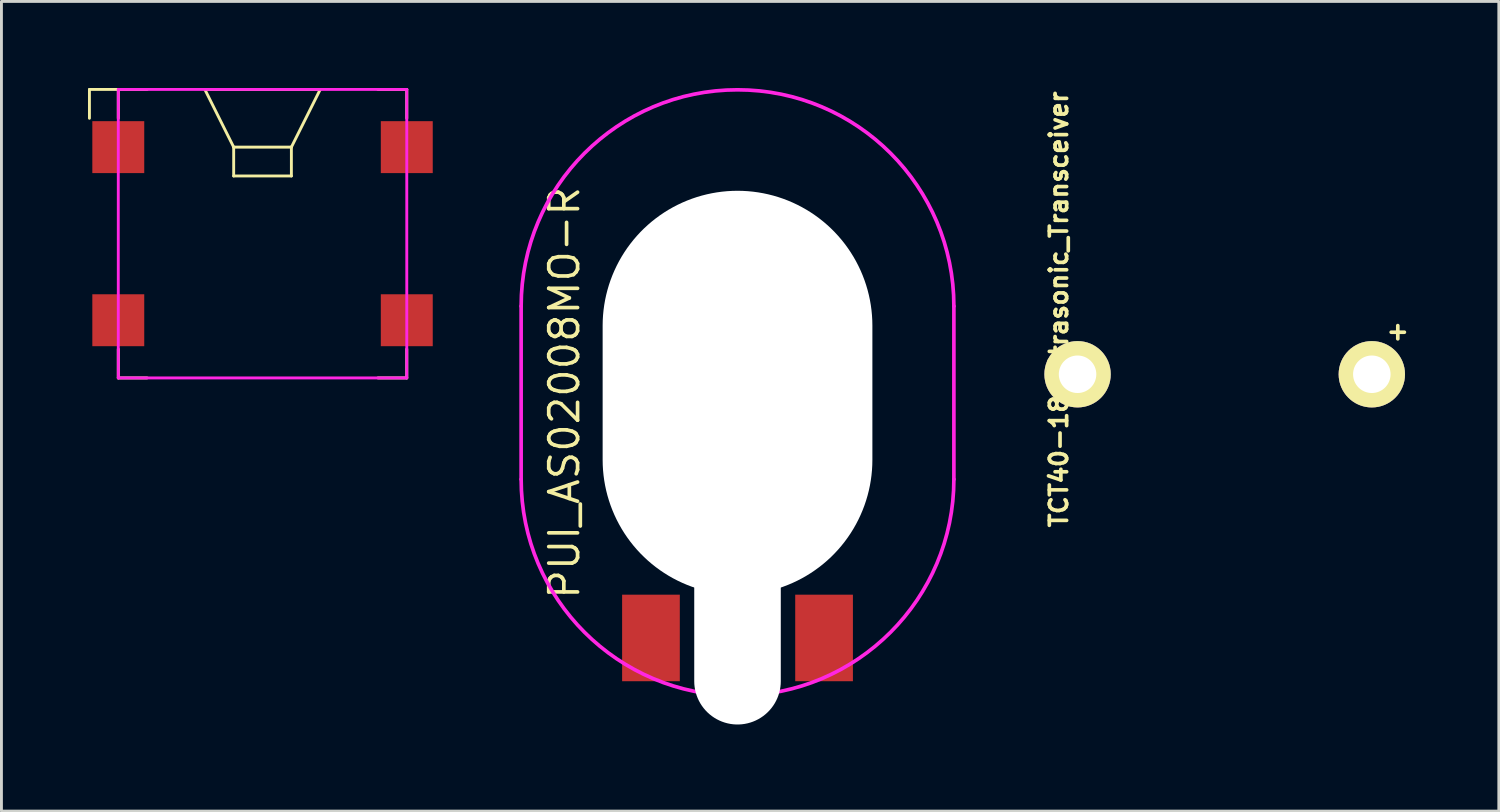
<source format=kicad_pcb>
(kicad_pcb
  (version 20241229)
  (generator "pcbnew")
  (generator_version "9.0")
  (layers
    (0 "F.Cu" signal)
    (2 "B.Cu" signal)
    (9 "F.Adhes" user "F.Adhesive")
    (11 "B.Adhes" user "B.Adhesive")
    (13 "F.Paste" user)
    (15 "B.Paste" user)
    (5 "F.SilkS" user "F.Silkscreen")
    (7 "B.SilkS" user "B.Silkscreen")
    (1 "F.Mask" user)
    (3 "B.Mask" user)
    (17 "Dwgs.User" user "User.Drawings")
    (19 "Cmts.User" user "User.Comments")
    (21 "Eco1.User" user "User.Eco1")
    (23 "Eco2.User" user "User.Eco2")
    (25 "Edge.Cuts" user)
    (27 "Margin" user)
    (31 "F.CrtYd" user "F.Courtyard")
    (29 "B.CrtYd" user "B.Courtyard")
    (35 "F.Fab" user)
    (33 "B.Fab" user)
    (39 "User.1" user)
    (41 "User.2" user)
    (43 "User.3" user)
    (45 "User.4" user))
  (footprint "CUI_CSS-95B30-SMT"
    (layer "F.Cu")
    (at 6.05 5.05)
    (property "Reference" "CUI_CSS-95B30-SMT" (at -5 0 90) (layer "F.SilkS") (effects (font (size 0.001 0.001) (thickness 0.15))))
    (attr smd)
    (fp_line (start -6 -5) (end -6 -4) (stroke (width 0.1) (type solid)) (layer "F.SilkS"))
    (fp_line (start -6 -5) (end -5 -5) (stroke (width 0.1) (type solid)) (layer "F.SilkS"))
    (fp_line (start -5 -5) (end -5 -4) (stroke (width 0.1) (type solid)) (layer "F.SilkS"))
    (fp_line (start -5 -5) (end -4 -5) (stroke (width 0.1) (type solid)) (layer "F.SilkS"))
    (fp_line (start -5 5) (end -5 4) (stroke (width 0.1) (type solid)) (layer "F.SilkS"))
    (fp_line (start -4 5) (end -5 5) (stroke (width 0.1) (type solid)) (layer "F.SilkS"))
    (fp_line (start -2 -5) (end 2 -5) (stroke (width 0.1) (type solid)) (layer "F.SilkS"))
    (fp_line (start -1 -3) (end -2 -5) (stroke (width 0.1) (type solid)) (layer "F.SilkS"))
    (fp_line (start -1 -3) (end 1 -3) (stroke (width 0.1) (type solid)) (layer "F.SilkS"))
    (fp_line (start -1 -2) (end -1 -3) (stroke (width 0.1) (type solid)) (layer "F.SilkS"))
    (fp_line (start 1 -3) (end 1 -2) (stroke (width 0.1) (type solid)) (layer "F.SilkS"))
    (fp_line (start 1 -2) (end -1 -2) (stroke (width 0.1) (type solid)) (layer "F.SilkS"))
    (fp_line (start 2 -5) (end 1 -3) (stroke (width 0.1) (type solid)) (layer "F.SilkS"))
    (fp_line (start 4 -5) (end 5 -5) (stroke (width 0.1) (type solid)) (layer "F.SilkS"))
    (fp_line (start 5 -5) (end 5 -4) (stroke (width 0.1) (type solid)) (layer "F.SilkS"))
    (fp_line (start 5 5) (end 4 5) (stroke (width 0.1) (type solid)) (layer "F.SilkS"))
    (fp_line (start 5 5) (end 5 4) (stroke (width 0.1) (type solid)) (layer "F.SilkS"))
    (fp_line (start -5 -5) (end 5 -5) (stroke (width 0.1) (type solid)) (layer "F.CrtYd"))
    (fp_line (start -5 5) (end -5 -5) (stroke (width 0.1) (type solid)) (layer "F.CrtYd"))
    (fp_line (start 5 -5) (end 5 5) (stroke (width 0.1) (type solid)) (layer "F.CrtYd"))
    (fp_line (start 5 5) (end -5 5) (stroke (width 0.1) (type solid)) (layer "F.CrtYd"))
    (pad "1" smd rect (at -5 -3) (size 1.8 1.8) (layers "F.Cu" "F.Mask" "F.Paste"))
    (pad "2" smd rect (at 5 -3) (size 1.8 1.8) (layers "F.Cu" "F.Mask" "F.Paste"))
    (pad "3" smd rect (at 5 3) (size 1.8 1.8) (layers "F.Cu" "F.Mask" "F.Paste"))
    (pad "4" smd rect (at -5 3) (size 1.8 1.8) (layers "F.Cu" "F.Mask" "F.Paste")))
  (footprint "TCT40-18_Ultrasonic_Transceiver"
    (layer "F.Cu")
    (at 39.401 9.923)
    (property "Reference" "TCT40-18_Ultrasonic_Transceiver" (at -5.75 -2.25 270) (layer "F.SilkS") (effects (font (size 0.6 0.6) (thickness 0.127))))
    (attr through_hole)
    (fp_text user "+" (at 6 -1.5 0) (layer "F.SilkS") (effects (font (size 0.6 0.6) (thickness 0.127))))
    (pad "1" thru_hole circle (at -5.1 0) (size 2.3 2.3) (drill 1.3) (layers "*.Cu" "*.Mask" "F.SilkS"))
    (pad "2" thru_hole circle (at 5.1 0) (size 2.3 2.3) (drill 1.3) (layers "*.Cu" "*.Mask" "F.SilkS")))
  (footprint "PUI_AS02008MO-R"
    (layer "F.Cu")
    (at 22.514 10.563)
    (property "Reference" "PUI_AS02008MO-R" (at -6 0 90) (layer "F.SilkS") (effects (font (size 1 1) (thickness 0.127))))
    (attr smd)
    (fp_line (start -7.5 -3) (end -7.5 3) (stroke (width 0.127) (type solid)) (layer "F.CrtYd"))
    (fp_line (start 7.5 -3) (end 7.5 3) (stroke (width 0.127) (type solid)) (layer "F.CrtYd"))
    (fp_arc (start -7.5 -3) (mid 0 -10.5) (end 7.5 -3) (stroke (width 0.127) (type solid)) (layer "F.CrtYd"))
    (fp_arc (start 7.5 3) (mid 0 10.5) (end -7.5 3) (stroke (width 0.127) (type solid)) (layer "F.CrtYd"))
    (pad "" np_thru_hole oval (at 0 0) (size 9.35 14) (drill oval 9.35 14) (layers "*.Cu" "*.Mask"))
    (pad "" np_thru_hole oval (at 0 7.5) (size 3 8) (drill oval 3 8) (layers "*.Cu" "*.Mask"))
    (pad "1" smd rect (at -3 8.5) (size 2 3) (layers "F.Cu" "F.Mask" "F.Paste"))
    (pad "2" smd rect (at 3 8.5) (size 2 3) (layers "F.Cu" "F.Mask" "F.Paste")))
  (gr_rect
    (start -3 -3)
    (end 48.903 25.064)
    (stroke (width 0.1) (type default))
    (fill no)
    (layer "Edge.Cuts")))
</source>
